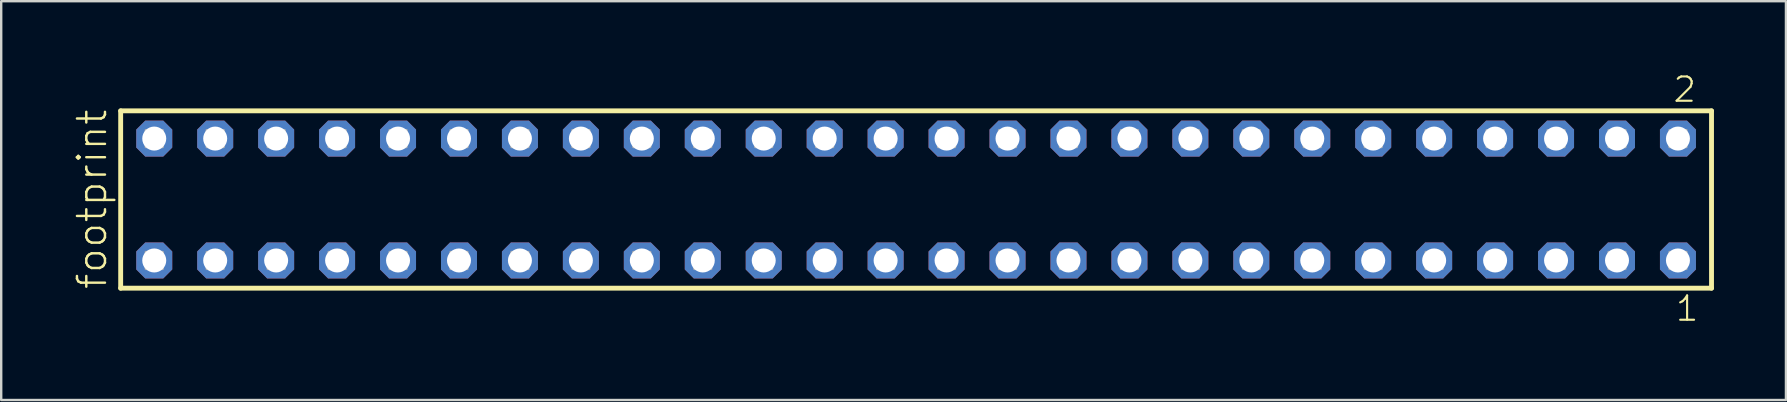
<source format=kicad_pcb>
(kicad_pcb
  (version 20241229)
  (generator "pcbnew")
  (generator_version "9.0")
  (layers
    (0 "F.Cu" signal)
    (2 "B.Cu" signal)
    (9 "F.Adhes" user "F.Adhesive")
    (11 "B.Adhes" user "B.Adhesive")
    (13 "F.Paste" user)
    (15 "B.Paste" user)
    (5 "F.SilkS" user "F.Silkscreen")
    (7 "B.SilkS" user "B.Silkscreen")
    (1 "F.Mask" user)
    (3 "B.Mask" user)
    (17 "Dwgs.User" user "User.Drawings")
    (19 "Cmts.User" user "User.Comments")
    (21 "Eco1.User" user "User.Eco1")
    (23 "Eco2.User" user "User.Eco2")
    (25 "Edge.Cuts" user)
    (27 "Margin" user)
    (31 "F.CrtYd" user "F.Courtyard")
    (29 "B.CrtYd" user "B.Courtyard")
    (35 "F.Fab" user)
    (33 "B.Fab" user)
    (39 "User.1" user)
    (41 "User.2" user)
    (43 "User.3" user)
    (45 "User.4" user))
  (footprint "footprint"
    (layer "F.Cu")
    (at 35.128 5.265)
    (property "Reference" "footprint" (at -33.655 3.81 90) (layer "F.SilkS") (effects (font (size 1.168 1.168) (thickness 0.102)) (justify left bottom)))
    (fp_line (start -33.149 -3.695) (end 33.149 -3.695) (stroke (width 0.203) (type solid)) (layer "F.SilkS"))
    (fp_line (start -33.149 3.695) (end -33.149 -3.695) (stroke (width 0.203) (type solid)) (layer "F.SilkS"))
    (fp_line (start 33.149 -3.695) (end 33.149 3.695) (stroke (width 0.203) (type solid)) (layer "F.SilkS"))
    (fp_line (start 33.149 3.695) (end -33.149 3.695) (stroke (width 0.203) (type solid)) (layer "F.SilkS"))
    (fp_poly (pts (xy -32.1 -2.19) (xy -31.4 -2.19) (xy -31.4 -2.89) (xy -32.1 -2.89)) (stroke (width 0.1) (type solid)) (fill no) (layer "F.Fab"))
    (fp_poly (pts (xy -32.1 2.89) (xy -31.4 2.89) (xy -31.4 2.19) (xy -32.1 2.19)) (stroke (width 0.1) (type solid)) (fill no) (layer "F.Fab"))
    (fp_poly (pts (xy -29.56 -2.19) (xy -28.86 -2.19) (xy -28.86 -2.89) (xy -29.56 -2.89)) (stroke (width 0.1) (type solid)) (fill no) (layer "F.Fab"))
    (fp_poly (pts (xy -29.56 2.89) (xy -28.86 2.89) (xy -28.86 2.19) (xy -29.56 2.19)) (stroke (width 0.1) (type solid)) (fill no) (layer "F.Fab"))
    (fp_poly (pts (xy -27.02 -2.19) (xy -26.32 -2.19) (xy -26.32 -2.89) (xy -27.02 -2.89)) (stroke (width 0.1) (type solid)) (fill no) (layer "F.Fab"))
    (fp_poly (pts (xy -27.02 2.89) (xy -26.32 2.89) (xy -26.32 2.19) (xy -27.02 2.19)) (stroke (width 0.1) (type solid)) (fill no) (layer "F.Fab"))
    (fp_poly (pts (xy -24.48 -2.19) (xy -23.78 -2.19) (xy -23.78 -2.89) (xy -24.48 -2.89)) (stroke (width 0.1) (type solid)) (fill no) (layer "F.Fab"))
    (fp_poly (pts (xy -24.48 2.89) (xy -23.78 2.89) (xy -23.78 2.19) (xy -24.48 2.19)) (stroke (width 0.1) (type solid)) (fill no) (layer "F.Fab"))
    (fp_poly (pts (xy -21.94 -2.19) (xy -21.24 -2.19) (xy -21.24 -2.89) (xy -21.94 -2.89)) (stroke (width 0.1) (type solid)) (fill no) (layer "F.Fab"))
    (fp_poly (pts (xy -21.94 2.89) (xy -21.24 2.89) (xy -21.24 2.19) (xy -21.94 2.19)) (stroke (width 0.1) (type solid)) (fill no) (layer "F.Fab"))
    (fp_poly (pts (xy -19.4 -2.19) (xy -18.7 -2.19) (xy -18.7 -2.89) (xy -19.4 -2.89)) (stroke (width 0.1) (type solid)) (fill no) (layer "F.Fab"))
    (fp_poly (pts (xy -19.4 2.89) (xy -18.7 2.89) (xy -18.7 2.19) (xy -19.4 2.19)) (stroke (width 0.1) (type solid)) (fill no) (layer "F.Fab"))
    (fp_poly (pts (xy -16.86 -2.19) (xy -16.16 -2.19) (xy -16.16 -2.89) (xy -16.86 -2.89)) (stroke (width 0.1) (type solid)) (fill no) (layer "F.Fab"))
    (fp_poly (pts (xy -16.86 2.89) (xy -16.16 2.89) (xy -16.16 2.19) (xy -16.86 2.19)) (stroke (width 0.1) (type solid)) (fill no) (layer "F.Fab"))
    (fp_poly (pts (xy -14.32 -2.19) (xy -13.62 -2.19) (xy -13.62 -2.89) (xy -14.32 -2.89)) (stroke (width 0.1) (type solid)) (fill no) (layer "F.Fab"))
    (fp_poly (pts (xy -14.32 2.89) (xy -13.62 2.89) (xy -13.62 2.19) (xy -14.32 2.19)) (stroke (width 0.1) (type solid)) (fill no) (layer "F.Fab"))
    (fp_poly (pts (xy -11.78 -2.19) (xy -11.08 -2.19) (xy -11.08 -2.89) (xy -11.78 -2.89)) (stroke (width 0.1) (type solid)) (fill no) (layer "F.Fab"))
    (fp_poly (pts (xy -11.78 2.89) (xy -11.08 2.89) (xy -11.08 2.19) (xy -11.78 2.19)) (stroke (width 0.1) (type solid)) (fill no) (layer "F.Fab"))
    (fp_poly (pts (xy -9.24 -2.19) (xy -8.54 -2.19) (xy -8.54 -2.89) (xy -9.24 -2.89)) (stroke (width 0.1) (type solid)) (fill no) (layer "F.Fab"))
    (fp_poly (pts (xy -9.24 2.89) (xy -8.54 2.89) (xy -8.54 2.19) (xy -9.24 2.19)) (stroke (width 0.1) (type solid)) (fill no) (layer "F.Fab"))
    (fp_poly (pts (xy -6.7 -2.19) (xy -6 -2.19) (xy -6 -2.89) (xy -6.7 -2.89)) (stroke (width 0.1) (type solid)) (fill no) (layer "F.Fab"))
    (fp_poly (pts (xy -6.7 2.89) (xy -6 2.89) (xy -6 2.19) (xy -6.7 2.19)) (stroke (width 0.1) (type solid)) (fill no) (layer "F.Fab"))
    (fp_poly (pts (xy -4.16 -2.19) (xy -3.46 -2.19) (xy -3.46 -2.89) (xy -4.16 -2.89)) (stroke (width 0.1) (type solid)) (fill no) (layer "F.Fab"))
    (fp_poly (pts (xy -4.16 2.89) (xy -3.46 2.89) (xy -3.46 2.19) (xy -4.16 2.19)) (stroke (width 0.1) (type solid)) (fill no) (layer "F.Fab"))
    (fp_poly (pts (xy -1.62 -2.19) (xy -0.92 -2.19) (xy -0.92 -2.89) (xy -1.62 -2.89)) (stroke (width 0.1) (type solid)) (fill no) (layer "F.Fab"))
    (fp_poly (pts (xy -1.62 2.89) (xy -0.92 2.89) (xy -0.92 2.19) (xy -1.62 2.19)) (stroke (width 0.1) (type solid)) (fill no) (layer "F.Fab"))
    (fp_poly (pts (xy 0.92 -2.19) (xy 1.62 -2.19) (xy 1.62 -2.89) (xy 0.92 -2.89)) (stroke (width 0.1) (type solid)) (fill no) (layer "F.Fab"))
    (fp_poly (pts (xy 0.92 2.89) (xy 1.62 2.89) (xy 1.62 2.19) (xy 0.92 2.19)) (stroke (width 0.1) (type solid)) (fill no) (layer "F.Fab"))
    (fp_poly (pts (xy 3.46 -2.19) (xy 4.16 -2.19) (xy 4.16 -2.89) (xy 3.46 -2.89)) (stroke (width 0.1) (type solid)) (fill no) (layer "F.Fab"))
    (fp_poly (pts (xy 3.46 2.89) (xy 4.16 2.89) (xy 4.16 2.19) (xy 3.46 2.19)) (stroke (width 0.1) (type solid)) (fill no) (layer "F.Fab"))
    (fp_poly (pts (xy 6 -2.19) (xy 6.7 -2.19) (xy 6.7 -2.89) (xy 6 -2.89)) (stroke (width 0.1) (type solid)) (fill no) (layer "F.Fab"))
    (fp_poly (pts (xy 6 2.89) (xy 6.7 2.89) (xy 6.7 2.19) (xy 6 2.19)) (stroke (width 0.1) (type solid)) (fill no) (layer "F.Fab"))
    (fp_poly (pts (xy 8.54 -2.19) (xy 9.24 -2.19) (xy 9.24 -2.89) (xy 8.54 -2.89)) (stroke (width 0.1) (type solid)) (fill no) (layer "F.Fab"))
    (fp_poly (pts (xy 8.54 2.89) (xy 9.24 2.89) (xy 9.24 2.19) (xy 8.54 2.19)) (stroke (width 0.1) (type solid)) (fill no) (layer "F.Fab"))
    (fp_poly (pts (xy 11.08 -2.19) (xy 11.78 -2.19) (xy 11.78 -2.89) (xy 11.08 -2.89)) (stroke (width 0.1) (type solid)) (fill no) (layer "F.Fab"))
    (fp_poly (pts (xy 11.08 2.89) (xy 11.78 2.89) (xy 11.78 2.19) (xy 11.08 2.19)) (stroke (width 0.1) (type solid)) (fill no) (layer "F.Fab"))
    (fp_poly (pts (xy 13.62 -2.19) (xy 14.32 -2.19) (xy 14.32 -2.89) (xy 13.62 -2.89)) (stroke (width 0.1) (type solid)) (fill no) (layer "F.Fab"))
    (fp_poly (pts (xy 13.62 2.89) (xy 14.32 2.89) (xy 14.32 2.19) (xy 13.62 2.19)) (stroke (width 0.1) (type solid)) (fill no) (layer "F.Fab"))
    (fp_poly (pts (xy 16.16 -2.19) (xy 16.86 -2.19) (xy 16.86 -2.89) (xy 16.16 -2.89)) (stroke (width 0.1) (type solid)) (fill no) (layer "F.Fab"))
    (fp_poly (pts (xy 16.16 2.89) (xy 16.86 2.89) (xy 16.86 2.19) (xy 16.16 2.19)) (stroke (width 0.1) (type solid)) (fill no) (layer "F.Fab"))
    (fp_poly (pts (xy 18.7 -2.19) (xy 19.4 -2.19) (xy 19.4 -2.89) (xy 18.7 -2.89)) (stroke (width 0.1) (type solid)) (fill no) (layer "F.Fab"))
    (fp_poly (pts (xy 18.7 2.89) (xy 19.4 2.89) (xy 19.4 2.19) (xy 18.7 2.19)) (stroke (width 0.1) (type solid)) (fill no) (layer "F.Fab"))
    (fp_poly (pts (xy 21.24 -2.19) (xy 21.94 -2.19) (xy 21.94 -2.89) (xy 21.24 -2.89)) (stroke (width 0.1) (type solid)) (fill no) (layer "F.Fab"))
    (fp_poly (pts (xy 21.24 2.89) (xy 21.94 2.89) (xy 21.94 2.19) (xy 21.24 2.19)) (stroke (width 0.1) (type solid)) (fill no) (layer "F.Fab"))
    (fp_poly (pts (xy 23.78 -2.19) (xy 24.48 -2.19) (xy 24.48 -2.89) (xy 23.78 -2.89)) (stroke (width 0.1) (type solid)) (fill no) (layer "F.Fab"))
    (fp_poly (pts (xy 23.78 2.89) (xy 24.48 2.89) (xy 24.48 2.19) (xy 23.78 2.19)) (stroke (width 0.1) (type solid)) (fill no) (layer "F.Fab"))
    (fp_poly (pts (xy 26.32 -2.19) (xy 27.02 -2.19) (xy 27.02 -2.89) (xy 26.32 -2.89)) (stroke (width 0.1) (type solid)) (fill no) (layer "F.Fab"))
    (fp_poly (pts (xy 26.32 2.89) (xy 27.02 2.89) (xy 27.02 2.19) (xy 26.32 2.19)) (stroke (width 0.1) (type solid)) (fill no) (layer "F.Fab"))
    (fp_poly (pts (xy 28.86 -2.19) (xy 29.56 -2.19) (xy 29.56 -2.89) (xy 28.86 -2.89)) (stroke (width 0.1) (type solid)) (fill no) (layer "F.Fab"))
    (fp_poly (pts (xy 28.86 2.89) (xy 29.56 2.89) (xy 29.56 2.19) (xy 28.86 2.19)) (stroke (width 0.1) (type solid)) (fill no) (layer "F.Fab"))
    (fp_poly (pts (xy 31.4 -2.19) (xy 32.1 -2.19) (xy 32.1 -2.89) (xy 31.4 -2.89)) (stroke (width 0.1) (type solid)) (fill no) (layer "F.Fab"))
    (fp_poly (pts (xy 31.4 2.89) (xy 32.1 2.89) (xy 32.1 2.19) (xy 31.4 2.19)) (stroke (width 0.1) (type solid)) (fill no) (layer "F.Fab"))
    (fp_text user "2" (at 31.492 -3.989 0) (layer "F.SilkS") (effects (font (size 1.012 1.012) (thickness 0.088)) (justify left bottom)))
    (fp_text user "1" (at 31.592 5.138 0) (layer "F.SilkS") (effects (font (size 1.012 1.012) (thickness 0.088)) (justify left bottom)))
    (pad "1" thru_hole roundrect (at 31.75 2.54 180) (size 1.5 1.5) (drill 1) (layers "*.Cu" "*.Mask") (roundrect_rratio 0.25) (chamfer_ratio 0.25) (chamfer top_left top_right bottom_left bottom_right))
    (pad "2" thru_hole roundrect (at 31.75 -2.54 180) (size 1.5 1.5) (drill 1) (layers "*.Cu" "*.Mask") (roundrect_rratio 0.25) (chamfer_ratio 0.25) (chamfer top_left top_right bottom_left bottom_right))
    (pad "3" thru_hole roundrect (at 29.21 2.54 180) (size 1.5 1.5) (drill 1) (layers "*.Cu" "*.Mask") (roundrect_rratio 0.25) (chamfer_ratio 0.25) (chamfer top_left top_right bottom_left bottom_right))
    (pad "4" thru_hole roundrect (at 29.21 -2.54 180) (size 1.5 1.5) (drill 1) (layers "*.Cu" "*.Mask") (roundrect_rratio 0.25) (chamfer_ratio 0.25) (chamfer top_left top_right bottom_left bottom_right))
    (pad "5" thru_hole roundrect (at 26.67 2.54 180) (size 1.5 1.5) (drill 1) (layers "*.Cu" "*.Mask") (roundrect_rratio 0.25) (chamfer_ratio 0.25) (chamfer top_left top_right bottom_left bottom_right))
    (pad "6" thru_hole roundrect (at 26.67 -2.54 180) (size 1.5 1.5) (drill 1) (layers "*.Cu" "*.Mask") (roundrect_rratio 0.25) (chamfer_ratio 0.25) (chamfer top_left top_right bottom_left bottom_right))
    (pad "7" thru_hole roundrect (at 24.13 2.54 180) (size 1.5 1.5) (drill 1) (layers "*.Cu" "*.Mask") (roundrect_rratio 0.25) (chamfer_ratio 0.25) (chamfer top_left top_right bottom_left bottom_right))
    (pad "8" thru_hole roundrect (at 24.13 -2.54 180) (size 1.5 1.5) (drill 1) (layers "*.Cu" "*.Mask") (roundrect_rratio 0.25) (chamfer_ratio 0.25) (chamfer top_left top_right bottom_left bottom_right))
    (pad "9" thru_hole roundrect (at 21.59 2.54 180) (size 1.5 1.5) (drill 1) (layers "*.Cu" "*.Mask") (roundrect_rratio 0.25) (chamfer_ratio 0.25) (chamfer top_left top_right bottom_left bottom_right))
    (pad "10" thru_hole roundrect (at 21.59 -2.54 180) (size 1.5 1.5) (drill 1) (layers "*.Cu" "*.Mask") (roundrect_rratio 0.25) (chamfer_ratio 0.25) (chamfer top_left top_right bottom_left bottom_right))
    (pad "11" thru_hole roundrect (at 19.05 2.54 180) (size 1.5 1.5) (drill 1) (layers "*.Cu" "*.Mask") (roundrect_rratio 0.25) (chamfer_ratio 0.25) (chamfer top_left top_right bottom_left bottom_right))
    (pad "12" thru_hole roundrect (at 19.05 -2.54 180) (size 1.5 1.5) (drill 1) (layers "*.Cu" "*.Mask") (roundrect_rratio 0.25) (chamfer_ratio 0.25) (chamfer top_left top_right bottom_left bottom_right))
    (pad "13" thru_hole roundrect (at 16.51 2.54 180) (size 1.5 1.5) (drill 1) (layers "*.Cu" "*.Mask") (roundrect_rratio 0.25) (chamfer_ratio 0.25) (chamfer top_left top_right bottom_left bottom_right))
    (pad "14" thru_hole roundrect (at 16.51 -2.54 180) (size 1.5 1.5) (drill 1) (layers "*.Cu" "*.Mask") (roundrect_rratio 0.25) (chamfer_ratio 0.25) (chamfer top_left top_right bottom_left bottom_right))
    (pad "15" thru_hole roundrect (at 13.97 2.54 180) (size 1.5 1.5) (drill 1) (layers "*.Cu" "*.Mask") (roundrect_rratio 0.25) (chamfer_ratio 0.25) (chamfer top_left top_right bottom_left bottom_right))
    (pad "16" thru_hole roundrect (at 13.97 -2.54 180) (size 1.5 1.5) (drill 1) (layers "*.Cu" "*.Mask") (roundrect_rratio 0.25) (chamfer_ratio 0.25) (chamfer top_left top_right bottom_left bottom_right))
    (pad "17" thru_hole roundrect (at 11.43 2.54 180) (size 1.5 1.5) (drill 1) (layers "*.Cu" "*.Mask") (roundrect_rratio 0.25) (chamfer_ratio 0.25) (chamfer top_left top_right bottom_left bottom_right))
    (pad "18" thru_hole roundrect (at 11.43 -2.54 180) (size 1.5 1.5) (drill 1) (layers "*.Cu" "*.Mask") (roundrect_rratio 0.25) (chamfer_ratio 0.25) (chamfer top_left top_right bottom_left bottom_right))
    (pad "19" thru_hole roundrect (at 8.89 2.54 180) (size 1.5 1.5) (drill 1) (layers "*.Cu" "*.Mask") (roundrect_rratio 0.25) (chamfer_ratio 0.25) (chamfer top_left top_right bottom_left bottom_right))
    (pad "20" thru_hole roundrect (at 8.89 -2.54 180) (size 1.5 1.5) (drill 1) (layers "*.Cu" "*.Mask") (roundrect_rratio 0.25) (chamfer_ratio 0.25) (chamfer top_left top_right bottom_left bottom_right))
    (pad "21" thru_hole roundrect (at 6.35 2.54 180) (size 1.5 1.5) (drill 1) (layers "*.Cu" "*.Mask") (roundrect_rratio 0.25) (chamfer_ratio 0.25) (chamfer top_left top_right bottom_left bottom_right))
    (pad "22" thru_hole roundrect (at 6.35 -2.54 180) (size 1.5 1.5) (drill 1) (layers "*.Cu" "*.Mask") (roundrect_rratio 0.25) (chamfer_ratio 0.25) (chamfer top_left top_right bottom_left bottom_right))
    (pad "23" thru_hole roundrect (at 3.81 2.54 180) (size 1.5 1.5) (drill 1) (layers "*.Cu" "*.Mask") (roundrect_rratio 0.25) (chamfer_ratio 0.25) (chamfer top_left top_right bottom_left bottom_right))
    (pad "24" thru_hole roundrect (at 3.81 -2.54 180) (size 1.5 1.5) (drill 1) (layers "*.Cu" "*.Mask") (roundrect_rratio 0.25) (chamfer_ratio 0.25) (chamfer top_left top_right bottom_left bottom_right))
    (pad "25" thru_hole roundrect (at 1.27 2.54 180) (size 1.5 1.5) (drill 1) (layers "*.Cu" "*.Mask") (roundrect_rratio 0.25) (chamfer_ratio 0.25) (chamfer top_left top_right bottom_left bottom_right))
    (pad "26" thru_hole roundrect (at 1.27 -2.54 180) (size 1.5 1.5) (drill 1) (layers "*.Cu" "*.Mask") (roundrect_rratio 0.25) (chamfer_ratio 0.25) (chamfer top_left top_right bottom_left bottom_right))
    (pad "27" thru_hole roundrect (at -1.27 2.54 180) (size 1.5 1.5) (drill 1) (layers "*.Cu" "*.Mask") (roundrect_rratio 0.25) (chamfer_ratio 0.25) (chamfer top_left top_right bottom_left bottom_right))
    (pad "28" thru_hole roundrect (at -1.27 -2.54 180) (size 1.5 1.5) (drill 1) (layers "*.Cu" "*.Mask") (roundrect_rratio 0.25) (chamfer_ratio 0.25) (chamfer top_left top_right bottom_left bottom_right))
    (pad "29" thru_hole roundrect (at -3.81 2.54 180) (size 1.5 1.5) (drill 1) (layers "*.Cu" "*.Mask") (roundrect_rratio 0.25) (chamfer_ratio 0.25) (chamfer top_left top_right bottom_left bottom_right))
    (pad "30" thru_hole roundrect (at -3.81 -2.54 180) (size 1.5 1.5) (drill 1) (layers "*.Cu" "*.Mask") (roundrect_rratio 0.25) (chamfer_ratio 0.25) (chamfer top_left top_right bottom_left bottom_right))
    (pad "31" thru_hole roundrect (at -6.35 2.54 180) (size 1.5 1.5) (drill 1) (layers "*.Cu" "*.Mask") (roundrect_rratio 0.25) (chamfer_ratio 0.25) (chamfer top_left top_right bottom_left bottom_right))
    (pad "32" thru_hole roundrect (at -6.35 -2.54 180) (size 1.5 1.5) (drill 1) (layers "*.Cu" "*.Mask") (roundrect_rratio 0.25) (chamfer_ratio 0.25) (chamfer top_left top_right bottom_left bottom_right))
    (pad "33" thru_hole roundrect (at -8.89 2.54 180) (size 1.5 1.5) (drill 1) (layers "*.Cu" "*.Mask") (roundrect_rratio 0.25) (chamfer_ratio 0.25) (chamfer top_left top_right bottom_left bottom_right))
    (pad "34" thru_hole roundrect (at -8.89 -2.54 180) (size 1.5 1.5) (drill 1) (layers "*.Cu" "*.Mask") (roundrect_rratio 0.25) (chamfer_ratio 0.25) (chamfer top_left top_right bottom_left bottom_right))
    (pad "35" thru_hole roundrect (at -11.43 2.54 180) (size 1.5 1.5) (drill 1) (layers "*.Cu" "*.Mask") (roundrect_rratio 0.25) (chamfer_ratio 0.25) (chamfer top_left top_right bottom_left bottom_right))
    (pad "36" thru_hole roundrect (at -11.43 -2.54 180) (size 1.5 1.5) (drill 1) (layers "*.Cu" "*.Mask") (roundrect_rratio 0.25) (chamfer_ratio 0.25) (chamfer top_left top_right bottom_left bottom_right))
    (pad "37" thru_hole roundrect (at -13.97 2.54 180) (size 1.5 1.5) (drill 1) (layers "*.Cu" "*.Mask") (roundrect_rratio 0.25) (chamfer_ratio 0.25) (chamfer top_left top_right bottom_left bottom_right))
    (pad "38" thru_hole roundrect (at -13.97 -2.54 180) (size 1.5 1.5) (drill 1) (layers "*.Cu" "*.Mask") (roundrect_rratio 0.25) (chamfer_ratio 0.25) (chamfer top_left top_right bottom_left bottom_right))
    (pad "39" thru_hole roundrect (at -16.51 2.54 180) (size 1.5 1.5) (drill 1) (layers "*.Cu" "*.Mask") (roundrect_rratio 0.25) (chamfer_ratio 0.25) (chamfer top_left top_right bottom_left bottom_right))
    (pad "40" thru_hole roundrect (at -16.51 -2.54 180) (size 1.5 1.5) (drill 1) (layers "*.Cu" "*.Mask") (roundrect_rratio 0.25) (chamfer_ratio 0.25) (chamfer top_left top_right bottom_left bottom_right))
    (pad "41" thru_hole roundrect (at -19.05 2.54 180) (size 1.5 1.5) (drill 1) (layers "*.Cu" "*.Mask") (roundrect_rratio 0.25) (chamfer_ratio 0.25) (chamfer top_left top_right bottom_left bottom_right))
    (pad "42" thru_hole roundrect (at -19.05 -2.54 180) (size 1.5 1.5) (drill 1) (layers "*.Cu" "*.Mask") (roundrect_rratio 0.25) (chamfer_ratio 0.25) (chamfer top_left top_right bottom_left bottom_right))
    (pad "43" thru_hole roundrect (at -21.59 2.54 180) (size 1.5 1.5) (drill 1) (layers "*.Cu" "*.Mask") (roundrect_rratio 0.25) (chamfer_ratio 0.25) (chamfer top_left top_right bottom_left bottom_right))
    (pad "44" thru_hole roundrect (at -21.59 -2.54 180) (size 1.5 1.5) (drill 1) (layers "*.Cu" "*.Mask") (roundrect_rratio 0.25) (chamfer_ratio 0.25) (chamfer top_left top_right bottom_left bottom_right))
    (pad "45" thru_hole roundrect (at -24.13 2.54 180) (size 1.5 1.5) (drill 1) (layers "*.Cu" "*.Mask") (roundrect_rratio 0.25) (chamfer_ratio 0.25) (chamfer top_left top_right bottom_left bottom_right))
    (pad "46" thru_hole roundrect (at -24.13 -2.54 180) (size 1.5 1.5) (drill 1) (layers "*.Cu" "*.Mask") (roundrect_rratio 0.25) (chamfer_ratio 0.25) (chamfer top_left top_right bottom_left bottom_right))
    (pad "47" thru_hole roundrect (at -26.67 2.54 180) (size 1.5 1.5) (drill 1) (layers "*.Cu" "*.Mask") (roundrect_rratio 0.25) (chamfer_ratio 0.25) (chamfer top_left top_right bottom_left bottom_right))
    (pad "48" thru_hole roundrect (at -26.67 -2.54 180) (size 1.5 1.5) (drill 1) (layers "*.Cu" "*.Mask") (roundrect_rratio 0.25) (chamfer_ratio 0.25) (chamfer top_left top_right bottom_left bottom_right))
    (pad "49" thru_hole roundrect (at -29.21 2.54 180) (size 1.5 1.5) (drill 1) (layers "*.Cu" "*.Mask") (roundrect_rratio 0.25) (chamfer_ratio 0.25) (chamfer top_left top_right bottom_left bottom_right))
    (pad "50" thru_hole roundrect (at -29.21 -2.54 180) (size 1.5 1.5) (drill 1) (layers "*.Cu" "*.Mask") (roundrect_rratio 0.25) (chamfer_ratio 0.25) (chamfer top_left top_right bottom_left bottom_right))
    (pad "51" thru_hole roundrect (at -31.75 2.54 180) (size 1.5 1.5) (drill 1) (layers "*.Cu" "*.Mask") (roundrect_rratio 0.25) (chamfer_ratio 0.25) (chamfer top_left top_right bottom_left bottom_right))
    (pad "52" thru_hole roundrect (at -31.75 -2.54 180) (size 1.5 1.5) (drill 1) (layers "*.Cu" "*.Mask") (roundrect_rratio 0.25) (chamfer_ratio 0.25) (chamfer top_left top_right bottom_left bottom_right)))
  (gr_rect
    (start -3 -3)
    (end 71.379 13.62)
    (stroke (width 0.1) (type default))
    (fill no)
    (layer "Edge.Cuts")))
</source>
